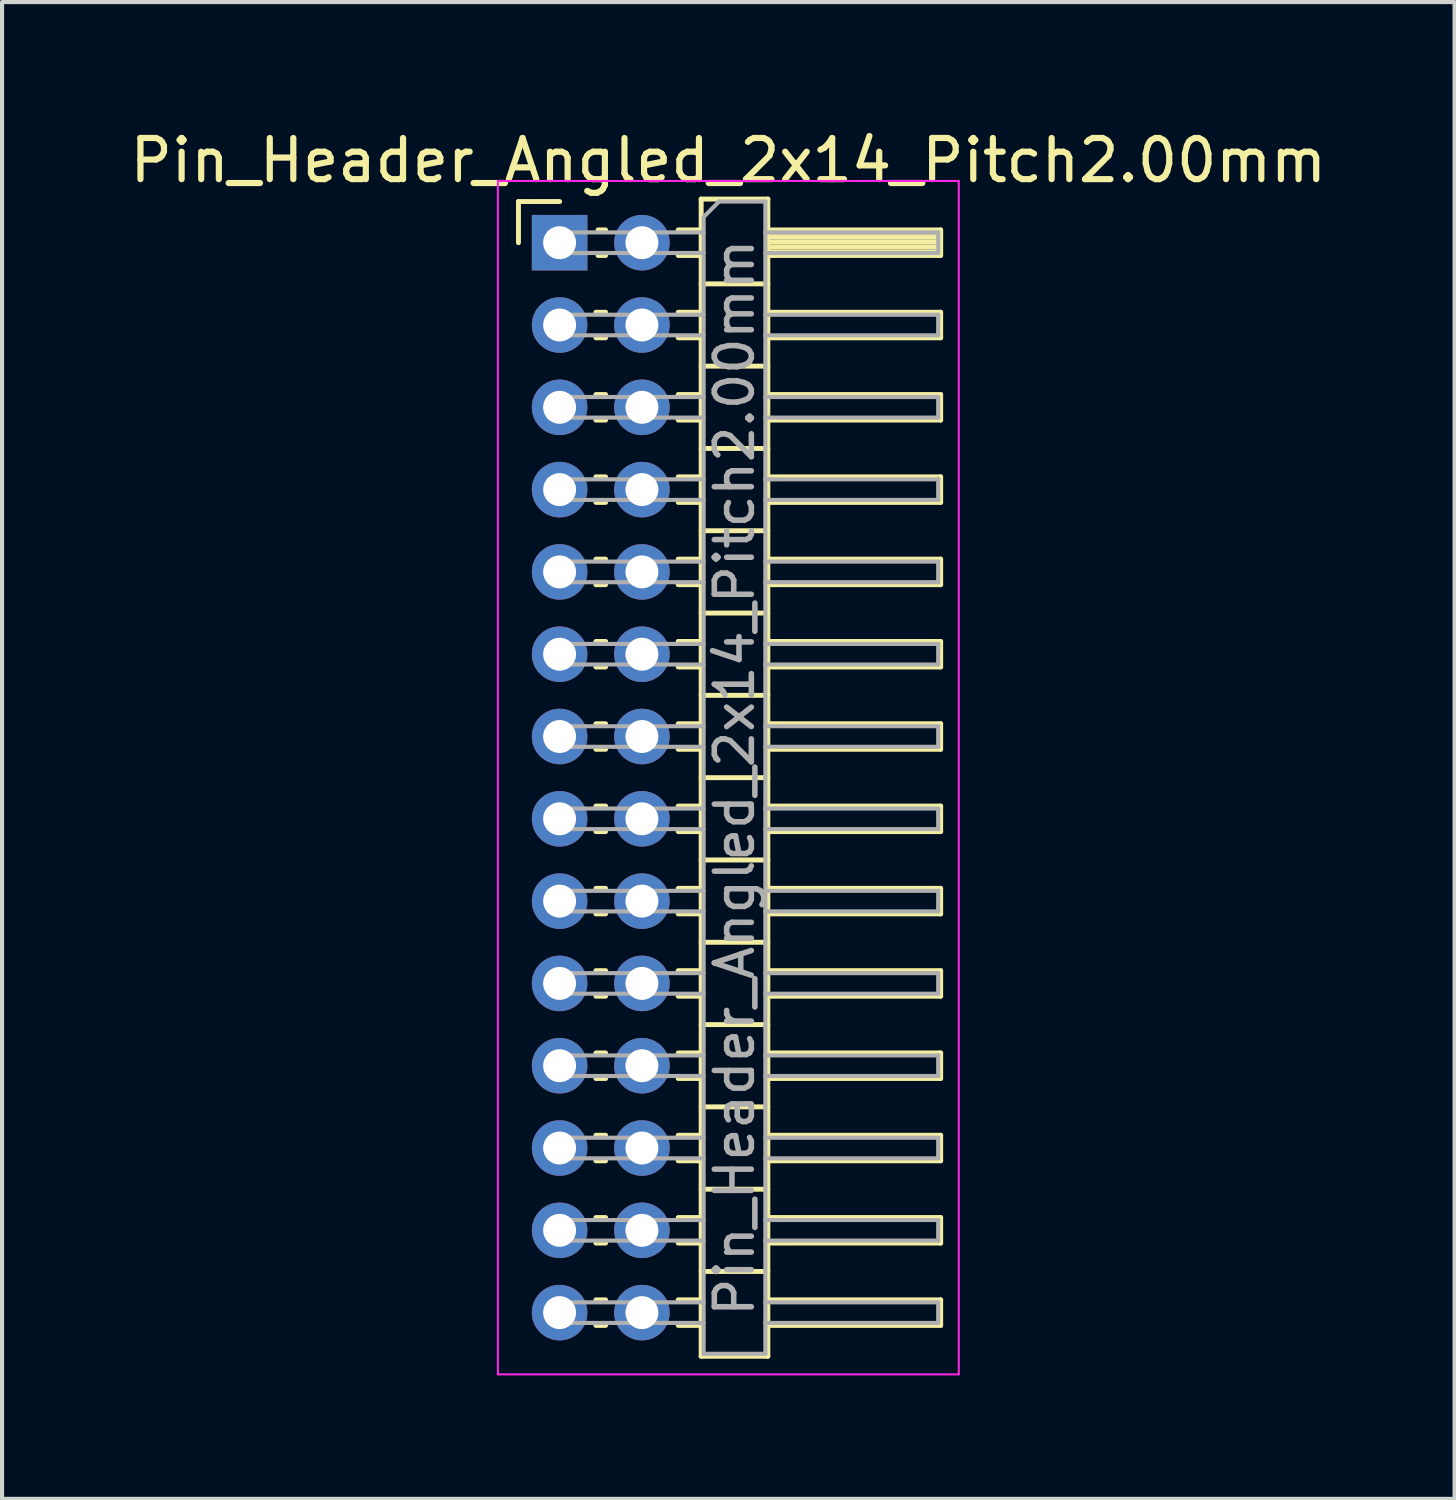
<source format=kicad_pcb>
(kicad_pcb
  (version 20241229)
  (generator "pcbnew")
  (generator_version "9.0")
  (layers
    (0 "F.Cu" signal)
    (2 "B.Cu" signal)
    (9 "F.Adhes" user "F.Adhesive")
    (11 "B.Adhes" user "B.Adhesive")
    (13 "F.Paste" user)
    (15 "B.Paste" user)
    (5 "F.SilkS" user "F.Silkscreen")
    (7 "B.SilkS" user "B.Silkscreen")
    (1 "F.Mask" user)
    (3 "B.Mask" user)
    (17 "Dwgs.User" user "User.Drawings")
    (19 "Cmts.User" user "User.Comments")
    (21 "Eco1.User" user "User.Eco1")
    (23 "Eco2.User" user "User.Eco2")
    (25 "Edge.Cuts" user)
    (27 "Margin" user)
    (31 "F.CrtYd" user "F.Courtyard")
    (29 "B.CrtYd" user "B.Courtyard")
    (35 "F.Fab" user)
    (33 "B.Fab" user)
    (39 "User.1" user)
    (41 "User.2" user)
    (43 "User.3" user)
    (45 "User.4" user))
  (footprint "Pin_Header_Angled_2x14_Pitch2.00mm"
    (layer "F.Cu")
    (at 10.549 2.848)
    (property "Reference" "Pin_Header_Angled_2x14_Pitch2.00mm" (at 4.1 -2 0) (layer "F.SilkS") (effects (font (size 1 1) (thickness 0.15))))
    (attr through_hole)
    (fp_line (start -1 -1) (end 0 -1) (stroke (width 0.12) (type solid)) (layer "F.SilkS"))
    (fp_line (start -1 0) (end -1 -1) (stroke (width 0.12) (type solid)) (layer "F.SilkS"))
    (fp_line (start 0.882 1.69) (end 1.118 1.69) (stroke (width 0.12) (type solid)) (layer "F.SilkS"))
    (fp_line (start 0.882 2.31) (end 1.118 2.31) (stroke (width 0.12) (type solid)) (layer "F.SilkS"))
    (fp_line (start 0.882 3.69) (end 1.118 3.69) (stroke (width 0.12) (type solid)) (layer "F.SilkS"))
    (fp_line (start 0.882 4.31) (end 1.118 4.31) (stroke (width 0.12) (type solid)) (layer "F.SilkS"))
    (fp_line (start 0.882 5.69) (end 1.118 5.69) (stroke (width 0.12) (type solid)) (layer "F.SilkS"))
    (fp_line (start 0.882 6.31) (end 1.118 6.31) (stroke (width 0.12) (type solid)) (layer "F.SilkS"))
    (fp_line (start 0.882 7.69) (end 1.118 7.69) (stroke (width 0.12) (type solid)) (layer "F.SilkS"))
    (fp_line (start 0.882 8.31) (end 1.118 8.31) (stroke (width 0.12) (type solid)) (layer "F.SilkS"))
    (fp_line (start 0.882 9.69) (end 1.118 9.69) (stroke (width 0.12) (type solid)) (layer "F.SilkS"))
    (fp_line (start 0.882 10.31) (end 1.118 10.31) (stroke (width 0.12) (type solid)) (layer "F.SilkS"))
    (fp_line (start 0.882 11.69) (end 1.118 11.69) (stroke (width 0.12) (type solid)) (layer "F.SilkS"))
    (fp_line (start 0.882 12.31) (end 1.118 12.31) (stroke (width 0.12) (type solid)) (layer "F.SilkS"))
    (fp_line (start 0.882 13.69) (end 1.118 13.69) (stroke (width 0.12) (type solid)) (layer "F.SilkS"))
    (fp_line (start 0.882 14.31) (end 1.118 14.31) (stroke (width 0.12) (type solid)) (layer "F.SilkS"))
    (fp_line (start 0.882 15.69) (end 1.118 15.69) (stroke (width 0.12) (type solid)) (layer "F.SilkS"))
    (fp_line (start 0.882 16.31) (end 1.118 16.31) (stroke (width 0.12) (type solid)) (layer "F.SilkS"))
    (fp_line (start 0.882 17.69) (end 1.118 17.69) (stroke (width 0.12) (type solid)) (layer "F.SilkS"))
    (fp_line (start 0.882 18.31) (end 1.118 18.31) (stroke (width 0.12) (type solid)) (layer "F.SilkS"))
    (fp_line (start 0.882 19.69) (end 1.118 19.69) (stroke (width 0.12) (type solid)) (layer "F.SilkS"))
    (fp_line (start 0.882 20.31) (end 1.118 20.31) (stroke (width 0.12) (type solid)) (layer "F.SilkS"))
    (fp_line (start 0.882 21.69) (end 1.118 21.69) (stroke (width 0.12) (type solid)) (layer "F.SilkS"))
    (fp_line (start 0.882 22.31) (end 1.118 22.31) (stroke (width 0.12) (type solid)) (layer "F.SilkS"))
    (fp_line (start 0.882 23.69) (end 1.118 23.69) (stroke (width 0.12) (type solid)) (layer "F.SilkS"))
    (fp_line (start 0.882 24.31) (end 1.118 24.31) (stroke (width 0.12) (type solid)) (layer "F.SilkS"))
    (fp_line (start 0.882 25.69) (end 1.118 25.69) (stroke (width 0.12) (type solid)) (layer "F.SilkS"))
    (fp_line (start 0.882 26.31) (end 1.118 26.31) (stroke (width 0.12) (type solid)) (layer "F.SilkS"))
    (fp_line (start 0.935 -0.31) (end 1.118 -0.31) (stroke (width 0.12) (type solid)) (layer "F.SilkS"))
    (fp_line (start 0.935 0.31) (end 1.118 0.31) (stroke (width 0.12) (type solid)) (layer "F.SilkS"))
    (fp_line (start 2.882 -0.31) (end 3.44 -0.31) (stroke (width 0.12) (type solid)) (layer "F.SilkS"))
    (fp_line (start 2.882 0.31) (end 3.44 0.31) (stroke (width 0.12) (type solid)) (layer "F.SilkS"))
    (fp_line (start 2.882 1.69) (end 3.44 1.69) (stroke (width 0.12) (type solid)) (layer "F.SilkS"))
    (fp_line (start 2.882 2.31) (end 3.44 2.31) (stroke (width 0.12) (type solid)) (layer "F.SilkS"))
    (fp_line (start 2.882 3.69) (end 3.44 3.69) (stroke (width 0.12) (type solid)) (layer "F.SilkS"))
    (fp_line (start 2.882 4.31) (end 3.44 4.31) (stroke (width 0.12) (type solid)) (layer "F.SilkS"))
    (fp_line (start 2.882 5.69) (end 3.44 5.69) (stroke (width 0.12) (type solid)) (layer "F.SilkS"))
    (fp_line (start 2.882 6.31) (end 3.44 6.31) (stroke (width 0.12) (type solid)) (layer "F.SilkS"))
    (fp_line (start 2.882 7.69) (end 3.44 7.69) (stroke (width 0.12) (type solid)) (layer "F.SilkS"))
    (fp_line (start 2.882 8.31) (end 3.44 8.31) (stroke (width 0.12) (type solid)) (layer "F.SilkS"))
    (fp_line (start 2.882 9.69) (end 3.44 9.69) (stroke (width 0.12) (type solid)) (layer "F.SilkS"))
    (fp_line (start 2.882 10.31) (end 3.44 10.31) (stroke (width 0.12) (type solid)) (layer "F.SilkS"))
    (fp_line (start 2.882 11.69) (end 3.44 11.69) (stroke (width 0.12) (type solid)) (layer "F.SilkS"))
    (fp_line (start 2.882 12.31) (end 3.44 12.31) (stroke (width 0.12) (type solid)) (layer "F.SilkS"))
    (fp_line (start 2.882 13.69) (end 3.44 13.69) (stroke (width 0.12) (type solid)) (layer "F.SilkS"))
    (fp_line (start 2.882 14.31) (end 3.44 14.31) (stroke (width 0.12) (type solid)) (layer "F.SilkS"))
    (fp_line (start 2.882 15.69) (end 3.44 15.69) (stroke (width 0.12) (type solid)) (layer "F.SilkS"))
    (fp_line (start 2.882 16.31) (end 3.44 16.31) (stroke (width 0.12) (type solid)) (layer "F.SilkS"))
    (fp_line (start 2.882 17.69) (end 3.44 17.69) (stroke (width 0.12) (type solid)) (layer "F.SilkS"))
    (fp_line (start 2.882 18.31) (end 3.44 18.31) (stroke (width 0.12) (type solid)) (layer "F.SilkS"))
    (fp_line (start 2.882 19.69) (end 3.44 19.69) (stroke (width 0.12) (type solid)) (layer "F.SilkS"))
    (fp_line (start 2.882 20.31) (end 3.44 20.31) (stroke (width 0.12) (type solid)) (layer "F.SilkS"))
    (fp_line (start 2.882 21.69) (end 3.44 21.69) (stroke (width 0.12) (type solid)) (layer "F.SilkS"))
    (fp_line (start 2.882 22.31) (end 3.44 22.31) (stroke (width 0.12) (type solid)) (layer "F.SilkS"))
    (fp_line (start 2.882 23.69) (end 3.44 23.69) (stroke (width 0.12) (type solid)) (layer "F.SilkS"))
    (fp_line (start 2.882 24.31) (end 3.44 24.31) (stroke (width 0.12) (type solid)) (layer "F.SilkS"))
    (fp_line (start 2.882 25.69) (end 3.44 25.69) (stroke (width 0.12) (type solid)) (layer "F.SilkS"))
    (fp_line (start 2.882 26.31) (end 3.44 26.31) (stroke (width 0.12) (type solid)) (layer "F.SilkS"))
    (fp_line (start 3.44 -1.06) (end 3.44 27.06) (stroke (width 0.12) (type solid)) (layer "F.SilkS"))
    (fp_line (start 3.44 1) (end 5.06 1) (stroke (width 0.12) (type solid)) (layer "F.SilkS"))
    (fp_line (start 3.44 3) (end 5.06 3) (stroke (width 0.12) (type solid)) (layer "F.SilkS"))
    (fp_line (start 3.44 5) (end 5.06 5) (stroke (width 0.12) (type solid)) (layer "F.SilkS"))
    (fp_line (start 3.44 7) (end 5.06 7) (stroke (width 0.12) (type solid)) (layer "F.SilkS"))
    (fp_line (start 3.44 9) (end 5.06 9) (stroke (width 0.12) (type solid)) (layer "F.SilkS"))
    (fp_line (start 3.44 11) (end 5.06 11) (stroke (width 0.12) (type solid)) (layer "F.SilkS"))
    (fp_line (start 3.44 13) (end 5.06 13) (stroke (width 0.12) (type solid)) (layer "F.SilkS"))
    (fp_line (start 3.44 15) (end 5.06 15) (stroke (width 0.12) (type solid)) (layer "F.SilkS"))
    (fp_line (start 3.44 17) (end 5.06 17) (stroke (width 0.12) (type solid)) (layer "F.SilkS"))
    (fp_line (start 3.44 19) (end 5.06 19) (stroke (width 0.12) (type solid)) (layer "F.SilkS"))
    (fp_line (start 3.44 21) (end 5.06 21) (stroke (width 0.12) (type solid)) (layer "F.SilkS"))
    (fp_line (start 3.44 23) (end 5.06 23) (stroke (width 0.12) (type solid)) (layer "F.SilkS"))
    (fp_line (start 3.44 25) (end 5.06 25) (stroke (width 0.12) (type solid)) (layer "F.SilkS"))
    (fp_line (start 3.44 27.06) (end 5.06 27.06) (stroke (width 0.12) (type solid)) (layer "F.SilkS"))
    (fp_line (start 5.06 -1.06) (end 3.44 -1.06) (stroke (width 0.12) (type solid)) (layer "F.SilkS"))
    (fp_line (start 5.06 -0.31) (end 9.26 -0.31) (stroke (width 0.12) (type solid)) (layer "F.SilkS"))
    (fp_line (start 5.06 -0.25) (end 9.26 -0.25) (stroke (width 0.12) (type solid)) (layer "F.SilkS"))
    (fp_line (start 5.06 -0.13) (end 9.26 -0.13) (stroke (width 0.12) (type solid)) (layer "F.SilkS"))
    (fp_line (start 5.06 -0.01) (end 9.26 -0.01) (stroke (width 0.12) (type solid)) (layer "F.SilkS"))
    (fp_line (start 5.06 0.11) (end 9.26 0.11) (stroke (width 0.12) (type solid)) (layer "F.SilkS"))
    (fp_line (start 5.06 0.23) (end 9.26 0.23) (stroke (width 0.12) (type solid)) (layer "F.SilkS"))
    (fp_line (start 5.06 1.69) (end 9.26 1.69) (stroke (width 0.12) (type solid)) (layer "F.SilkS"))
    (fp_line (start 5.06 3.69) (end 9.26 3.69) (stroke (width 0.12) (type solid)) (layer "F.SilkS"))
    (fp_line (start 5.06 5.69) (end 9.26 5.69) (stroke (width 0.12) (type solid)) (layer "F.SilkS"))
    (fp_line (start 5.06 7.69) (end 9.26 7.69) (stroke (width 0.12) (type solid)) (layer "F.SilkS"))
    (fp_line (start 5.06 9.69) (end 9.26 9.69) (stroke (width 0.12) (type solid)) (layer "F.SilkS"))
    (fp_line (start 5.06 11.69) (end 9.26 11.69) (stroke (width 0.12) (type solid)) (layer "F.SilkS"))
    (fp_line (start 5.06 13.69) (end 9.26 13.69) (stroke (width 0.12) (type solid)) (layer "F.SilkS"))
    (fp_line (start 5.06 15.69) (end 9.26 15.69) (stroke (width 0.12) (type solid)) (layer "F.SilkS"))
    (fp_line (start 5.06 17.69) (end 9.26 17.69) (stroke (width 0.12) (type solid)) (layer "F.SilkS"))
    (fp_line (start 5.06 19.69) (end 9.26 19.69) (stroke (width 0.12) (type solid)) (layer "F.SilkS"))
    (fp_line (start 5.06 21.69) (end 9.26 21.69) (stroke (width 0.12) (type solid)) (layer "F.SilkS"))
    (fp_line (start 5.06 23.69) (end 9.26 23.69) (stroke (width 0.12) (type solid)) (layer "F.SilkS"))
    (fp_line (start 5.06 25.69) (end 9.26 25.69) (stroke (width 0.12) (type solid)) (layer "F.SilkS"))
    (fp_line (start 5.06 27.06) (end 5.06 -1.06) (stroke (width 0.12) (type solid)) (layer "F.SilkS"))
    (fp_line (start 9.26 -0.31) (end 9.26 0.31) (stroke (width 0.12) (type solid)) (layer "F.SilkS"))
    (fp_line (start 9.26 0.31) (end 5.06 0.31) (stroke (width 0.12) (type solid)) (layer "F.SilkS"))
    (fp_line (start 9.26 1.69) (end 9.26 2.31) (stroke (width 0.12) (type solid)) (layer "F.SilkS"))
    (fp_line (start 9.26 2.31) (end 5.06 2.31) (stroke (width 0.12) (type solid)) (layer "F.SilkS"))
    (fp_line (start 9.26 3.69) (end 9.26 4.31) (stroke (width 0.12) (type solid)) (layer "F.SilkS"))
    (fp_line (start 9.26 4.31) (end 5.06 4.31) (stroke (width 0.12) (type solid)) (layer "F.SilkS"))
    (fp_line (start 9.26 5.69) (end 9.26 6.31) (stroke (width 0.12) (type solid)) (layer "F.SilkS"))
    (fp_line (start 9.26 6.31) (end 5.06 6.31) (stroke (width 0.12) (type solid)) (layer "F.SilkS"))
    (fp_line (start 9.26 7.69) (end 9.26 8.31) (stroke (width 0.12) (type solid)) (layer "F.SilkS"))
    (fp_line (start 9.26 8.31) (end 5.06 8.31) (stroke (width 0.12) (type solid)) (layer "F.SilkS"))
    (fp_line (start 9.26 9.69) (end 9.26 10.31) (stroke (width 0.12) (type solid)) (layer "F.SilkS"))
    (fp_line (start 9.26 10.31) (end 5.06 10.31) (stroke (width 0.12) (type solid)) (layer "F.SilkS"))
    (fp_line (start 9.26 11.69) (end 9.26 12.31) (stroke (width 0.12) (type solid)) (layer "F.SilkS"))
    (fp_line (start 9.26 12.31) (end 5.06 12.31) (stroke (width 0.12) (type solid)) (layer "F.SilkS"))
    (fp_line (start 9.26 13.69) (end 9.26 14.31) (stroke (width 0.12) (type solid)) (layer "F.SilkS"))
    (fp_line (start 9.26 14.31) (end 5.06 14.31) (stroke (width 0.12) (type solid)) (layer "F.SilkS"))
    (fp_line (start 9.26 15.69) (end 9.26 16.31) (stroke (width 0.12) (type solid)) (layer "F.SilkS"))
    (fp_line (start 9.26 16.31) (end 5.06 16.31) (stroke (width 0.12) (type solid)) (layer "F.SilkS"))
    (fp_line (start 9.26 17.69) (end 9.26 18.31) (stroke (width 0.12) (type solid)) (layer "F.SilkS"))
    (fp_line (start 9.26 18.31) (end 5.06 18.31) (stroke (width 0.12) (type solid)) (layer "F.SilkS"))
    (fp_line (start 9.26 19.69) (end 9.26 20.31) (stroke (width 0.12) (type solid)) (layer "F.SilkS"))
    (fp_line (start 9.26 20.31) (end 5.06 20.31) (stroke (width 0.12) (type solid)) (layer "F.SilkS"))
    (fp_line (start 9.26 21.69) (end 9.26 22.31) (stroke (width 0.12) (type solid)) (layer "F.SilkS"))
    (fp_line (start 9.26 22.31) (end 5.06 22.31) (stroke (width 0.12) (type solid)) (layer "F.SilkS"))
    (fp_line (start 9.26 23.69) (end 9.26 24.31) (stroke (width 0.12) (type solid)) (layer "F.SilkS"))
    (fp_line (start 9.26 24.31) (end 5.06 24.31) (stroke (width 0.12) (type solid)) (layer "F.SilkS"))
    (fp_line (start 9.26 25.69) (end 9.26 26.31) (stroke (width 0.12) (type solid)) (layer "F.SilkS"))
    (fp_line (start 9.26 26.31) (end 5.06 26.31) (stroke (width 0.12) (type solid)) (layer "F.SilkS"))
    (fp_line (start -1.5 -1.5) (end -1.5 27.5) (stroke (width 0.05) (type solid)) (layer "F.CrtYd"))
    (fp_line (start -1.5 27.5) (end 9.7 27.5) (stroke (width 0.05) (type solid)) (layer "F.CrtYd"))
    (fp_line (start 9.7 -1.5) (end -1.5 -1.5) (stroke (width 0.05) (type solid)) (layer "F.CrtYd"))
    (fp_line (start 9.7 27.5) (end 9.7 -1.5) (stroke (width 0.05) (type solid)) (layer "F.CrtYd"))
    (fp_line (start -0.25 -0.25) (end -0.25 0.25) (stroke (width 0.1) (type solid)) (layer "F.Fab"))
    (fp_line (start -0.25 -0.25) (end 3.5 -0.25) (stroke (width 0.1) (type solid)) (layer "F.Fab"))
    (fp_line (start -0.25 0.25) (end 3.5 0.25) (stroke (width 0.1) (type solid)) (layer "F.Fab"))
    (fp_line (start -0.25 1.75) (end -0.25 2.25) (stroke (width 0.1) (type solid)) (layer "F.Fab"))
    (fp_line (start -0.25 1.75) (end 3.5 1.75) (stroke (width 0.1) (type solid)) (layer "F.Fab"))
    (fp_line (start -0.25 2.25) (end 3.5 2.25) (stroke (width 0.1) (type solid)) (layer "F.Fab"))
    (fp_line (start -0.25 3.75) (end -0.25 4.25) (stroke (width 0.1) (type solid)) (layer "F.Fab"))
    (fp_line (start -0.25 3.75) (end 3.5 3.75) (stroke (width 0.1) (type solid)) (layer "F.Fab"))
    (fp_line (start -0.25 4.25) (end 3.5 4.25) (stroke (width 0.1) (type solid)) (layer "F.Fab"))
    (fp_line (start -0.25 5.75) (end -0.25 6.25) (stroke (width 0.1) (type solid)) (layer "F.Fab"))
    (fp_line (start -0.25 5.75) (end 3.5 5.75) (stroke (width 0.1) (type solid)) (layer "F.Fab"))
    (fp_line (start -0.25 6.25) (end 3.5 6.25) (stroke (width 0.1) (type solid)) (layer "F.Fab"))
    (fp_line (start -0.25 7.75) (end -0.25 8.25) (stroke (width 0.1) (type solid)) (layer "F.Fab"))
    (fp_line (start -0.25 7.75) (end 3.5 7.75) (stroke (width 0.1) (type solid)) (layer "F.Fab"))
    (fp_line (start -0.25 8.25) (end 3.5 8.25) (stroke (width 0.1) (type solid)) (layer "F.Fab"))
    (fp_line (start -0.25 9.75) (end -0.25 10.25) (stroke (width 0.1) (type solid)) (layer "F.Fab"))
    (fp_line (start -0.25 9.75) (end 3.5 9.75) (stroke (width 0.1) (type solid)) (layer "F.Fab"))
    (fp_line (start -0.25 10.25) (end 3.5 10.25) (stroke (width 0.1) (type solid)) (layer "F.Fab"))
    (fp_line (start -0.25 11.75) (end -0.25 12.25) (stroke (width 0.1) (type solid)) (layer "F.Fab"))
    (fp_line (start -0.25 11.75) (end 3.5 11.75) (stroke (width 0.1) (type solid)) (layer "F.Fab"))
    (fp_line (start -0.25 12.25) (end 3.5 12.25) (stroke (width 0.1) (type solid)) (layer "F.Fab"))
    (fp_line (start -0.25 13.75) (end -0.25 14.25) (stroke (width 0.1) (type solid)) (layer "F.Fab"))
    (fp_line (start -0.25 13.75) (end 3.5 13.75) (stroke (width 0.1) (type solid)) (layer "F.Fab"))
    (fp_line (start -0.25 14.25) (end 3.5 14.25) (stroke (width 0.1) (type solid)) (layer "F.Fab"))
    (fp_line (start -0.25 15.75) (end -0.25 16.25) (stroke (width 0.1) (type solid)) (layer "F.Fab"))
    (fp_line (start -0.25 15.75) (end 3.5 15.75) (stroke (width 0.1) (type solid)) (layer "F.Fab"))
    (fp_line (start -0.25 16.25) (end 3.5 16.25) (stroke (width 0.1) (type solid)) (layer "F.Fab"))
    (fp_line (start -0.25 17.75) (end -0.25 18.25) (stroke (width 0.1) (type solid)) (layer "F.Fab"))
    (fp_line (start -0.25 17.75) (end 3.5 17.75) (stroke (width 0.1) (type solid)) (layer "F.Fab"))
    (fp_line (start -0.25 18.25) (end 3.5 18.25) (stroke (width 0.1) (type solid)) (layer "F.Fab"))
    (fp_line (start -0.25 19.75) (end -0.25 20.25) (stroke (width 0.1) (type solid)) (layer "F.Fab"))
    (fp_line (start -0.25 19.75) (end 3.5 19.75) (stroke (width 0.1) (type solid)) (layer "F.Fab"))
    (fp_line (start -0.25 20.25) (end 3.5 20.25) (stroke (width 0.1) (type solid)) (layer "F.Fab"))
    (fp_line (start -0.25 21.75) (end -0.25 22.25) (stroke (width 0.1) (type solid)) (layer "F.Fab"))
    (fp_line (start -0.25 21.75) (end 3.5 21.75) (stroke (width 0.1) (type solid)) (layer "F.Fab"))
    (fp_line (start -0.25 22.25) (end 3.5 22.25) (stroke (width 0.1) (type solid)) (layer "F.Fab"))
    (fp_line (start -0.25 23.75) (end -0.25 24.25) (stroke (width 0.1) (type solid)) (layer "F.Fab"))
    (fp_line (start -0.25 23.75) (end 3.5 23.75) (stroke (width 0.1) (type solid)) (layer "F.Fab"))
    (fp_line (start -0.25 24.25) (end 3.5 24.25) (stroke (width 0.1) (type solid)) (layer "F.Fab"))
    (fp_line (start -0.25 25.75) (end -0.25 26.25) (stroke (width 0.1) (type solid)) (layer "F.Fab"))
    (fp_line (start -0.25 25.75) (end 3.5 25.75) (stroke (width 0.1) (type solid)) (layer "F.Fab"))
    (fp_line (start -0.25 26.25) (end 3.5 26.25) (stroke (width 0.1) (type solid)) (layer "F.Fab"))
    (fp_line (start 3.5 -0.625) (end 3.875 -1) (stroke (width 0.1) (type solid)) (layer "F.Fab"))
    (fp_line (start 3.5 27) (end 3.5 -0.625) (stroke (width 0.1) (type solid)) (layer "F.Fab"))
    (fp_line (start 3.875 -1) (end 5 -1) (stroke (width 0.1) (type solid)) (layer "F.Fab"))
    (fp_line (start 5 -1) (end 5 27) (stroke (width 0.1) (type solid)) (layer "F.Fab"))
    (fp_line (start 5 -0.25) (end 9.2 -0.25) (stroke (width 0.1) (type solid)) (layer "F.Fab"))
    (fp_line (start 5 0.25) (end 9.2 0.25) (stroke (width 0.1) (type solid)) (layer "F.Fab"))
    (fp_line (start 5 1.75) (end 9.2 1.75) (stroke (width 0.1) (type solid)) (layer "F.Fab"))
    (fp_line (start 5 2.25) (end 9.2 2.25) (stroke (width 0.1) (type solid)) (layer "F.Fab"))
    (fp_line (start 5 3.75) (end 9.2 3.75) (stroke (width 0.1) (type solid)) (layer "F.Fab"))
    (fp_line (start 5 4.25) (end 9.2 4.25) (stroke (width 0.1) (type solid)) (layer "F.Fab"))
    (fp_line (start 5 5.75) (end 9.2 5.75) (stroke (width 0.1) (type solid)) (layer "F.Fab"))
    (fp_line (start 5 6.25) (end 9.2 6.25) (stroke (width 0.1) (type solid)) (layer "F.Fab"))
    (fp_line (start 5 7.75) (end 9.2 7.75) (stroke (width 0.1) (type solid)) (layer "F.Fab"))
    (fp_line (start 5 8.25) (end 9.2 8.25) (stroke (width 0.1) (type solid)) (layer "F.Fab"))
    (fp_line (start 5 9.75) (end 9.2 9.75) (stroke (width 0.1) (type solid)) (layer "F.Fab"))
    (fp_line (start 5 10.25) (end 9.2 10.25) (stroke (width 0.1) (type solid)) (layer "F.Fab"))
    (fp_line (start 5 11.75) (end 9.2 11.75) (stroke (width 0.1) (type solid)) (layer "F.Fab"))
    (fp_line (start 5 12.25) (end 9.2 12.25) (stroke (width 0.1) (type solid)) (layer "F.Fab"))
    (fp_line (start 5 13.75) (end 9.2 13.75) (stroke (width 0.1) (type solid)) (layer "F.Fab"))
    (fp_line (start 5 14.25) (end 9.2 14.25) (stroke (width 0.1) (type solid)) (layer "F.Fab"))
    (fp_line (start 5 15.75) (end 9.2 15.75) (stroke (width 0.1) (type solid)) (layer "F.Fab"))
    (fp_line (start 5 16.25) (end 9.2 16.25) (stroke (width 0.1) (type solid)) (layer "F.Fab"))
    (fp_line (start 5 17.75) (end 9.2 17.75) (stroke (width 0.1) (type solid)) (layer "F.Fab"))
    (fp_line (start 5 18.25) (end 9.2 18.25) (stroke (width 0.1) (type solid)) (layer "F.Fab"))
    (fp_line (start 5 19.75) (end 9.2 19.75) (stroke (width 0.1) (type solid)) (layer "F.Fab"))
    (fp_line (start 5 20.25) (end 9.2 20.25) (stroke (width 0.1) (type solid)) (layer "F.Fab"))
    (fp_line (start 5 21.75) (end 9.2 21.75) (stroke (width 0.1) (type solid)) (layer "F.Fab"))
    (fp_line (start 5 22.25) (end 9.2 22.25) (stroke (width 0.1) (type solid)) (layer "F.Fab"))
    (fp_line (start 5 23.75) (end 9.2 23.75) (stroke (width 0.1) (type solid)) (layer "F.Fab"))
    (fp_line (start 5 24.25) (end 9.2 24.25) (stroke (width 0.1) (type solid)) (layer "F.Fab"))
    (fp_line (start 5 25.75) (end 9.2 25.75) (stroke (width 0.1) (type solid)) (layer "F.Fab"))
    (fp_line (start 5 26.25) (end 9.2 26.25) (stroke (width 0.1) (type solid)) (layer "F.Fab"))
    (fp_line (start 5 27) (end 3.5 27) (stroke (width 0.1) (type solid)) (layer "F.Fab"))
    (fp_line (start 9.2 -0.25) (end 9.2 0.25) (stroke (width 0.1) (type solid)) (layer "F.Fab"))
    (fp_line (start 9.2 1.75) (end 9.2 2.25) (stroke (width 0.1) (type solid)) (layer "F.Fab"))
    (fp_line (start 9.2 3.75) (end 9.2 4.25) (stroke (width 0.1) (type solid)) (layer "F.Fab"))
    (fp_line (start 9.2 5.75) (end 9.2 6.25) (stroke (width 0.1) (type solid)) (layer "F.Fab"))
    (fp_line (start 9.2 7.75) (end 9.2 8.25) (stroke (width 0.1) (type solid)) (layer "F.Fab"))
    (fp_line (start 9.2 9.75) (end 9.2 10.25) (stroke (width 0.1) (type solid)) (layer "F.Fab"))
    (fp_line (start 9.2 11.75) (end 9.2 12.25) (stroke (width 0.1) (type solid)) (layer "F.Fab"))
    (fp_line (start 9.2 13.75) (end 9.2 14.25) (stroke (width 0.1) (type solid)) (layer "F.Fab"))
    (fp_line (start 9.2 15.75) (end 9.2 16.25) (stroke (width 0.1) (type solid)) (layer "F.Fab"))
    (fp_line (start 9.2 17.75) (end 9.2 18.25) (stroke (width 0.1) (type solid)) (layer "F.Fab"))
    (fp_line (start 9.2 19.75) (end 9.2 20.25) (stroke (width 0.1) (type solid)) (layer "F.Fab"))
    (fp_line (start 9.2 21.75) (end 9.2 22.25) (stroke (width 0.1) (type solid)) (layer "F.Fab"))
    (fp_line (start 9.2 23.75) (end 9.2 24.25) (stroke (width 0.1) (type solid)) (layer "F.Fab"))
    (fp_line (start 9.2 25.75) (end 9.2 26.25) (stroke (width 0.1) (type solid)) (layer "F.Fab"))
    (fp_text user "${REFERENCE}" (at 4.25 13 90) (layer "F.Fab") (effects (font (size 0.9 0.9) (thickness 0.135))))
    (pad "1" thru_hole rect (at 0 0) (size 1.35 1.35) (drill 0.8) (layers "*.Cu" "*.Mask"))
    (pad "2" thru_hole oval (at 2 0) (size 1.35 1.35) (drill 0.8) (layers "*.Cu" "*.Mask"))
    (pad "3" thru_hole oval (at 0 2) (size 1.35 1.35) (drill 0.8) (layers "*.Cu" "*.Mask"))
    (pad "4" thru_hole oval (at 2 2) (size 1.35 1.35) (drill 0.8) (layers "*.Cu" "*.Mask"))
    (pad "5" thru_hole oval (at 0 4) (size 1.35 1.35) (drill 0.8) (layers "*.Cu" "*.Mask"))
    (pad "6" thru_hole oval (at 2 4) (size 1.35 1.35) (drill 0.8) (layers "*.Cu" "*.Mask"))
    (pad "7" thru_hole oval (at 0 6) (size 1.35 1.35) (drill 0.8) (layers "*.Cu" "*.Mask"))
    (pad "8" thru_hole oval (at 2 6) (size 1.35 1.35) (drill 0.8) (layers "*.Cu" "*.Mask"))
    (pad "9" thru_hole oval (at 0 8) (size 1.35 1.35) (drill 0.8) (layers "*.Cu" "*.Mask"))
    (pad "10" thru_hole oval (at 2 8) (size 1.35 1.35) (drill 0.8) (layers "*.Cu" "*.Mask"))
    (pad "11" thru_hole oval (at 0 10) (size 1.35 1.35) (drill 0.8) (layers "*.Cu" "*.Mask"))
    (pad "12" thru_hole oval (at 2 10) (size 1.35 1.35) (drill 0.8) (layers "*.Cu" "*.Mask"))
    (pad "13" thru_hole oval (at 0 12) (size 1.35 1.35) (drill 0.8) (layers "*.Cu" "*.Mask"))
    (pad "14" thru_hole oval (at 2 12) (size 1.35 1.35) (drill 0.8) (layers "*.Cu" "*.Mask"))
    (pad "15" thru_hole oval (at 0 14) (size 1.35 1.35) (drill 0.8) (layers "*.Cu" "*.Mask"))
    (pad "16" thru_hole oval (at 2 14) (size 1.35 1.35) (drill 0.8) (layers "*.Cu" "*.Mask"))
    (pad "17" thru_hole oval (at 0 16) (size 1.35 1.35) (drill 0.8) (layers "*.Cu" "*.Mask"))
    (pad "18" thru_hole oval (at 2 16) (size 1.35 1.35) (drill 0.8) (layers "*.Cu" "*.Mask"))
    (pad "19" thru_hole oval (at 0 18) (size 1.35 1.35) (drill 0.8) (layers "*.Cu" "*.Mask"))
    (pad "20" thru_hole oval (at 2 18) (size 1.35 1.35) (drill 0.8) (layers "*.Cu" "*.Mask"))
    (pad "21" thru_hole oval (at 0 20) (size 1.35 1.35) (drill 0.8) (layers "*.Cu" "*.Mask"))
    (pad "22" thru_hole oval (at 2 20) (size 1.35 1.35) (drill 0.8) (layers "*.Cu" "*.Mask"))
    (pad "23" thru_hole oval (at 0 22) (size 1.35 1.35) (drill 0.8) (layers "*.Cu" "*.Mask"))
    (pad "24" thru_hole oval (at 2 22) (size 1.35 1.35) (drill 0.8) (layers "*.Cu" "*.Mask"))
    (pad "25" thru_hole oval (at 0 24) (size 1.35 1.35) (drill 0.8) (layers "*.Cu" "*.Mask"))
    (pad "26" thru_hole oval (at 2 24) (size 1.35 1.35) (drill 0.8) (layers "*.Cu" "*.Mask"))
    (pad "27" thru_hole oval (at 0 26) (size 1.35 1.35) (drill 0.8) (layers "*.Cu" "*.Mask"))
    (pad "28" thru_hole oval (at 2 26) (size 1.35 1.35) (drill 0.8) (layers "*.Cu" "*.Mask")))
  (gr_rect
    (start -3 -3)
    (end 32.298 33.373)
    (stroke (width 0.1) (type default))
    (fill no)
    (layer "Edge.Cuts")))
</source>
